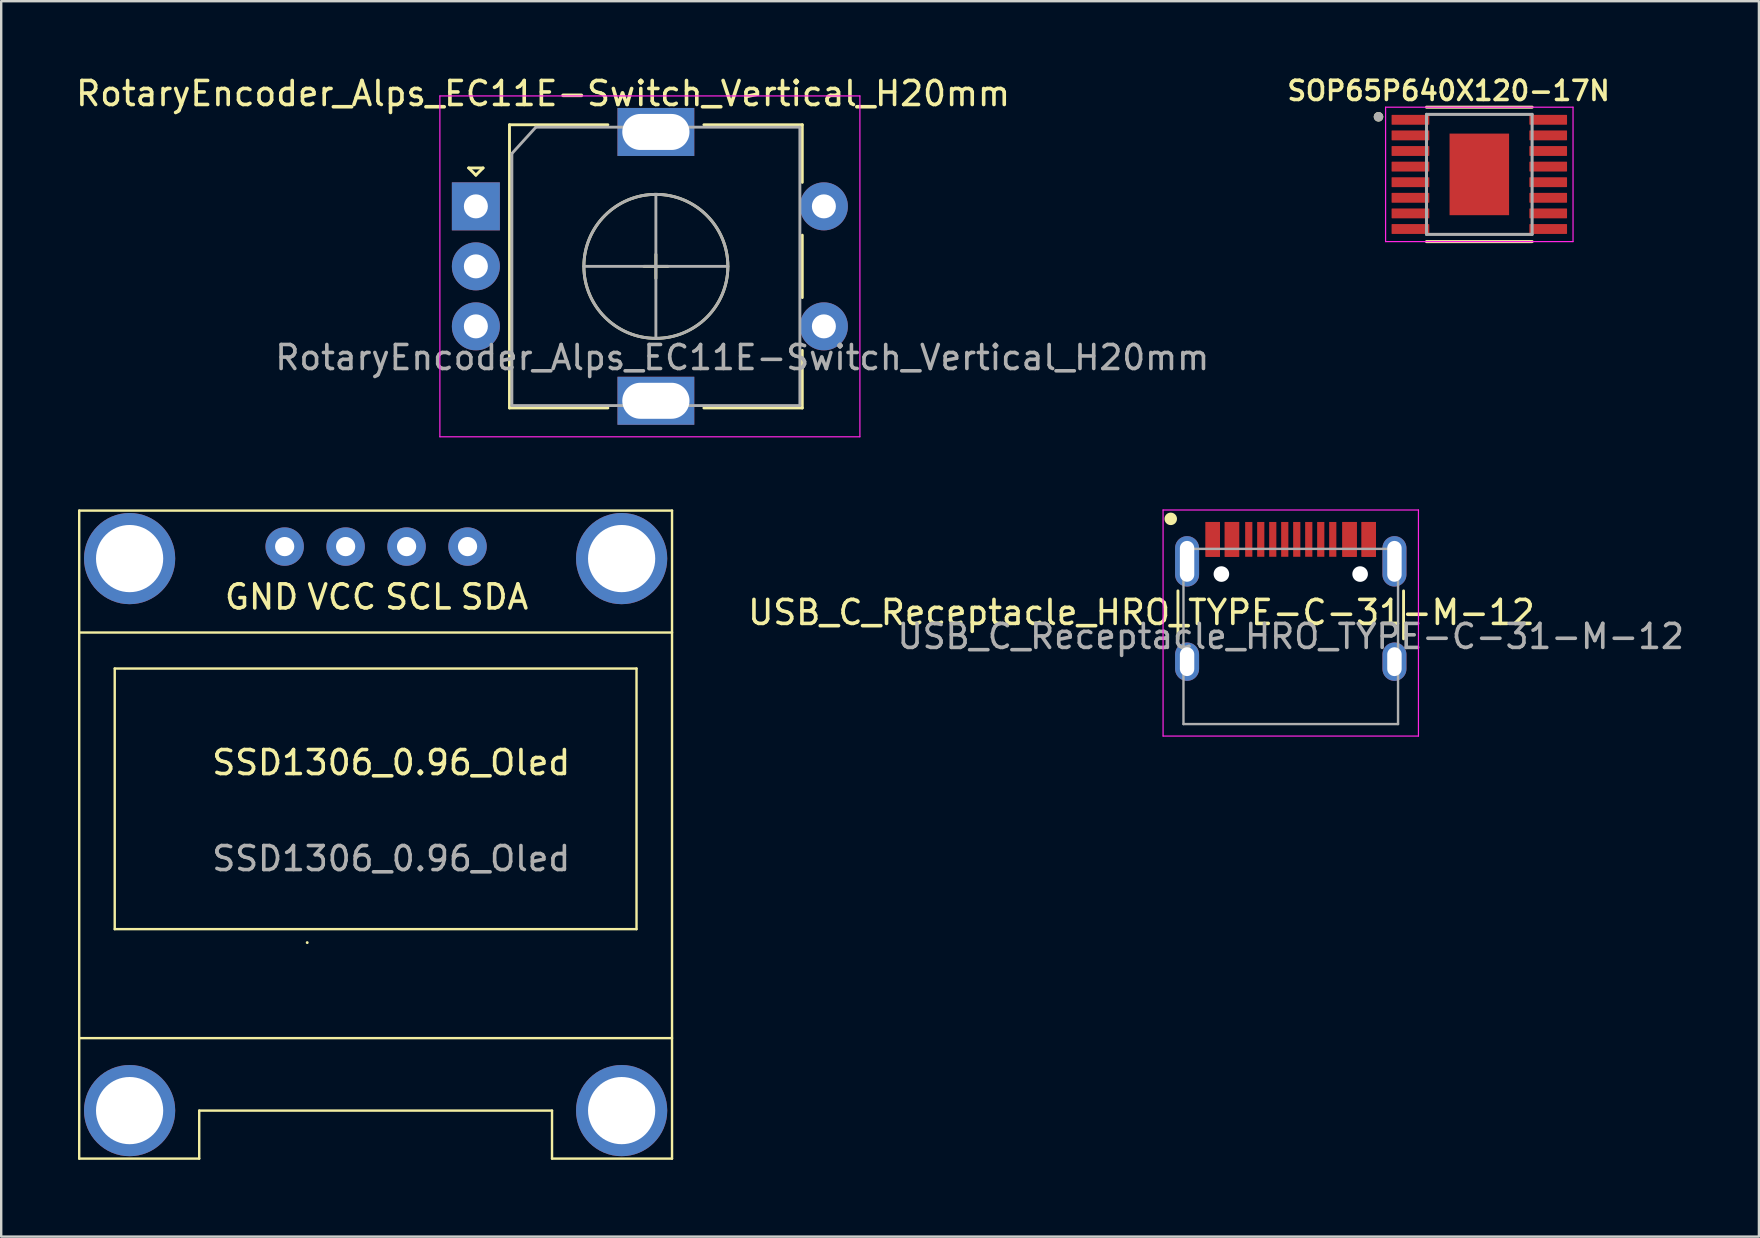
<source format=kicad_pcb>
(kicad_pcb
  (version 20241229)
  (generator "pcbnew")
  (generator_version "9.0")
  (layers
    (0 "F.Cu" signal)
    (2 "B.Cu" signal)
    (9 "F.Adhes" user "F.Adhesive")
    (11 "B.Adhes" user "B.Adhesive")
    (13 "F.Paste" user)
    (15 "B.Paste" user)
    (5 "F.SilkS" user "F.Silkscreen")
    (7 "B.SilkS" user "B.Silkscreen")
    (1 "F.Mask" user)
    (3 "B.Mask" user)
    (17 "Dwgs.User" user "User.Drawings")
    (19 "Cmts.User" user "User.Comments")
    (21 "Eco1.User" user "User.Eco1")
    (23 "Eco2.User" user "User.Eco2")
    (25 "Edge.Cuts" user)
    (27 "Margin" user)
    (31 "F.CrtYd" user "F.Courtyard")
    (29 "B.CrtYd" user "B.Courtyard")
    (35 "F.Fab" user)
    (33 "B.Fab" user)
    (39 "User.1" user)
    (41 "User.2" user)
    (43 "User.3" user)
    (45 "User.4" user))
  (footprint "SOP65P640X120-17N"
    (layer "F.Cu")
    (at 58.585 4.216)
    (property "Reference" "SOP65P640X120-17N" (at -1.28 -3.485 0) (layer "F.SilkS") (effects (font (size 0.8 0.8) (thickness 0.15))))
    (attr smd)
    (fp_line (start -2.2 -2.8) (end 2.2 -2.8) (stroke (width 0.127) (type solid)) (layer "F.SilkS"))
    (fp_line (start -2.2 2.8) (end 2.2 2.8) (stroke (width 0.127) (type solid)) (layer "F.SilkS"))
    (fp_circle (center -4.2 -2.4) (end -4.1 -2.4) (stroke (width 0.2) (type solid)) (fill no) (layer "F.SilkS"))
    (fp_poly (pts (xy -0.8 -1.075) (xy 0.8 -1.075) (xy 0.8 1.075) (xy -0.8 1.075)) (stroke (width 0.01) (type solid)) (fill yes) (layer "F.Paste"))
    (fp_line (start -3.905 -2.8) (end -3.905 2.8) (stroke (width 0.05) (type solid)) (layer "F.CrtYd"))
    (fp_line (start -3.905 -2.8) (end 3.905 -2.8) (stroke (width 0.05) (type solid)) (layer "F.CrtYd"))
    (fp_line (start -3.905 2.8) (end 3.905 2.8) (stroke (width 0.05) (type solid)) (layer "F.CrtYd"))
    (fp_line (start 3.905 -2.8) (end 3.905 2.8) (stroke (width 0.05) (type solid)) (layer "F.CrtYd"))
    (fp_line (start -2.2 -2.5) (end -2.2 2.5) (stroke (width 0.127) (type solid)) (layer "F.Fab"))
    (fp_line (start -2.2 -2.5) (end 2.2 -2.5) (stroke (width 0.127) (type solid)) (layer "F.Fab"))
    (fp_line (start -2.2 2.5) (end 2.2 2.5) (stroke (width 0.127) (type solid)) (layer "F.Fab"))
    (fp_line (start 2.2 -2.5) (end 2.2 2.5) (stroke (width 0.127) (type solid)) (layer "F.Fab"))
    (fp_circle (center -4.2 -2.4) (end -4.1 -2.4) (stroke (width 0.2) (type solid)) (fill no) (layer "F.Fab"))
    (pad "1" smd roundrect (at -2.87 -2.275) (size 1.57 0.41) (layers "F.Cu" "F.Mask" "F.Paste") (roundrect_rratio 0.05))
    (pad "2" smd roundrect (at -2.87 -1.625) (size 1.57 0.41) (layers "F.Cu" "F.Mask" "F.Paste") (roundrect_rratio 0.05))
    (pad "3" smd roundrect (at -2.87 -0.975) (size 1.57 0.41) (layers "F.Cu" "F.Mask" "F.Paste") (roundrect_rratio 0.05))
    (pad "4" smd roundrect (at -2.87 -0.325) (size 1.57 0.41) (layers "F.Cu" "F.Mask" "F.Paste") (roundrect_rratio 0.05))
    (pad "5" smd roundrect (at -2.87 0.325) (size 1.57 0.41) (layers "F.Cu" "F.Mask" "F.Paste") (roundrect_rratio 0.05))
    (pad "6" smd roundrect (at -2.87 0.975) (size 1.57 0.41) (layers "F.Cu" "F.Mask" "F.Paste") (roundrect_rratio 0.05))
    (pad "7" smd roundrect (at -2.87 1.625) (size 1.57 0.41) (layers "F.Cu" "F.Mask" "F.Paste") (roundrect_rratio 0.05))
    (pad "8" smd roundrect (at -2.87 2.275) (size 1.57 0.41) (layers "F.Cu" "F.Mask" "F.Paste") (roundrect_rratio 0.05))
    (pad "9" smd roundrect (at 2.87 2.275) (size 1.57 0.41) (layers "F.Cu" "F.Mask" "F.Paste") (roundrect_rratio 0.05))
    (pad "10" smd roundrect (at 2.87 1.625) (size 1.57 0.41) (layers "F.Cu" "F.Mask" "F.Paste") (roundrect_rratio 0.05))
    (pad "11" smd roundrect (at 2.87 0.975) (size 1.57 0.41) (layers "F.Cu" "F.Mask" "F.Paste") (roundrect_rratio 0.05))
    (pad "12" smd roundrect (at 2.87 0.325) (size 1.57 0.41) (layers "F.Cu" "F.Mask" "F.Paste") (roundrect_rratio 0.05))
    (pad "13" smd roundrect (at 2.87 -0.325) (size 1.57 0.41) (layers "F.Cu" "F.Mask" "F.Paste") (roundrect_rratio 0.05))
    (pad "14" smd roundrect (at 2.87 -0.975) (size 1.57 0.41) (layers "F.Cu" "F.Mask" "F.Paste") (roundrect_rratio 0.05))
    (pad "15" smd roundrect (at 2.87 -1.625) (size 1.57 0.41) (layers "F.Cu" "F.Mask" "F.Paste") (roundrect_rratio 0.05))
    (pad "16" smd roundrect (at 2.87 -2.275) (size 1.57 0.41) (layers "F.Cu" "F.Mask" "F.Paste") (roundrect_rratio 0.05))
    (pad "17" smd rect (at 0 0) (size 2.48 3.4) (layers "F.Cu" "F.Mask")))
  (footprint "SSD1306_0.96_Oled"
    (layer "F.Cu")
    (at 0.25 45.223)
    (property "Reference" "SSD1306_0.96_Oled" (at 13 -16.5 0) (unlocked yes) (layer "F.SilkS") (effects (font (size 1 1) (thickness 0.15))))
    (attr through_hole)
    (fp_line (start 0 -27) (end 0 0) (stroke (width 0.1) (type solid)) (layer "F.SilkS"))
    (fp_line (start 0 -21.92) (end 24.7 -21.92) (stroke (width 0.1) (type solid)) (layer "F.SilkS"))
    (fp_line (start 0 -5.02) (end 24.7 -5.02) (stroke (width 0.1) (type solid)) (layer "F.SilkS"))
    (fp_line (start 0 0) (end 5 0) (stroke (width 0.1) (type solid)) (layer "F.SilkS"))
    (fp_line (start 1.48 -20.42) (end 23.22 -20.42) (stroke (width 0.1) (type solid)) (layer "F.SilkS"))
    (fp_line (start 1.48 -9.56) (end 1.48 -20.42) (stroke (width 0.1) (type solid)) (layer "F.SilkS"))
    (fp_line (start 5 -2) (end 19.7 -2) (stroke (width 0.1) (type solid)) (layer "F.SilkS"))
    (fp_line (start 5 0) (end 5 -2) (stroke (width 0.1) (type solid)) (layer "F.SilkS"))
    (fp_line (start 9.5 -9) (end 9.5 -9) (stroke (width 0.12) (type solid)) (layer "F.SilkS"))
    (fp_line (start 19.7 -2) (end 19.7 0) (stroke (width 0.1) (type solid)) (layer "F.SilkS"))
    (fp_line (start 19.7 0) (end 24.7 0) (stroke (width 0.1) (type solid)) (layer "F.SilkS"))
    (fp_line (start 23.22 -20.42) (end 23.22 -9.56) (stroke (width 0.1) (type solid)) (layer "F.SilkS"))
    (fp_line (start 23.22 -9.56) (end 1.48 -9.56) (stroke (width 0.1) (type solid)) (layer "F.SilkS"))
    (fp_line (start 24.7 -27) (end 0 -27) (stroke (width 0.1) (type solid)) (layer "F.SilkS"))
    (fp_line (start 24.7 0) (end 24.7 -27) (stroke (width 0.1) (type solid)) (layer "F.SilkS"))
    (fp_text user "SCL" (at 14.13 -23.4 0) (unlocked yes) (layer "F.SilkS") (effects (font (size 1 1) (thickness 0.15))))
    (fp_text user "VCC" (at 10.937 -23.4 0) (unlocked yes) (layer "F.SilkS") (effects (font (size 1 1) (thickness 0.15))))
    (fp_text user "SDA" (at 17.3 -23.4 0) (unlocked yes) (layer "F.SilkS") (effects (font (size 1 1) (thickness 0.15))))
    (fp_text user "GND" (at 7.6 -23.4 0) (unlocked yes) (layer "F.SilkS") (effects (font (size 1 1) (thickness 0.15))))
    (fp_text user "${REFERENCE}" (at 13 -12.5 0) (unlocked yes) (layer "F.Fab") (effects (font (size 1 1) (thickness 0.15))))
    (pad "" np_thru_hole circle (at 2.1 -25) (size 3.8 3.8) (drill 2.8) (layers "*.Cu" "*.Mask"))
    (pad "" np_thru_hole circle (at 2.1 -2) (size 3.8 3.8) (drill 2.8) (layers "*.Cu" "*.Mask"))
    (pad "" np_thru_hole circle (at 22.6 -25) (size 3.8 3.8) (drill 2.8) (layers "*.Cu" "*.Mask"))
    (pad "" np_thru_hole circle (at 22.6 -2) (size 3.8 3.8) (drill 2.8) (layers "*.Cu" "*.Mask"))
    (pad "1" thru_hole circle (at 8.56 -25.5) (size 1.6 1.6) (drill 0.8) (layers "*.Cu" "*.Mask"))
    (pad "2" thru_hole circle (at 11.1 -25.5) (size 1.6 1.6) (drill 0.8) (layers "*.Cu" "*.Mask"))
    (pad "3" thru_hole circle (at 13.64 -25.5) (size 1.6 1.6) (drill 0.8) (layers "*.Cu" "*.Mask"))
    (pad "4" thru_hole circle (at 16.18 -25.5) (size 1.6 1.6) (drill 0.8) (layers "*.Cu" "*.Mask")))
  (footprint "USB_C_Receptacle_HRO_TYPE-C-31-M-12"
    (layer "F.Cu")
    (at 50.729 22.168)
    (property "Reference" "USB_C_Receptacle_HRO_TYPE-C-31-M-12" (at -6.223 0.3 180) (layer "F.SilkS") (effects (font (size 1 1) (thickness 0.15))))
    (attr smd)
    (fp_line (start -4.7 -0.6) (end -4.7 1.4) (stroke (width 0.12) (type solid)) (layer "F.SilkS"))
    (fp_line (start 4.7 -0.6) (end 4.7 1.4) (stroke (width 0.12) (type solid)) (layer "F.SilkS"))
    (fp_circle (center -5 -3.6) (end -4.8 -3.6) (stroke (width 0.12) (type solid)) (fill yes) (layer "F.SilkS"))
    (fp_line (start -5.32 -3.97) (end -5.32 5.45) (stroke (width 0.05) (type solid)) (layer "F.CrtYd"))
    (fp_line (start -5.32 -3.97) (end 5.32 -3.97) (stroke (width 0.05) (type solid)) (layer "F.CrtYd"))
    (fp_line (start -5.32 5.45) (end 5.32 5.45) (stroke (width 0.05) (type solid)) (layer "F.CrtYd"))
    (fp_line (start 5.32 -3.97) (end 5.32 5.45) (stroke (width 0.05) (type solid)) (layer "F.CrtYd"))
    (fp_line (start -4.47 -2.35) (end -4.47 4.95) (stroke (width 0.1) (type solid)) (layer "F.Fab"))
    (fp_line (start -4.47 -2.35) (end 4.47 -2.35) (stroke (width 0.1) (type solid)) (layer "F.Fab"))
    (fp_line (start -4.47 4.95) (end 4.47 4.95) (stroke (width 0.1) (type solid)) (layer "F.Fab"))
    (fp_line (start 4.47 -2.35) (end 4.47 4.95) (stroke (width 0.1) (type solid)) (layer "F.Fab"))
    (fp_text user "${REFERENCE}" (at 0 1.3 180) (layer "F.Fab") (effects (font (size 1 1) (thickness 0.15))))
    (pad "" thru_hole oval (at -4.32 -1.83) (size 1 2.1) (drill oval 0.6 1.7) (layers "*.Cu" "*.Mask"))
    (pad "" thru_hole oval (at -4.32 2.35) (size 1 1.6) (drill oval 0.6 1.2) (layers "*.Cu" "*.Mask"))
    (pad "" np_thru_hole circle (at -2.89 -1.3) (size 0.65 0.65) (drill 0.65) (layers "*.Cu" "*.Mask"))
    (pad "" np_thru_hole circle (at 2.89 -1.3) (size 0.65 0.65) (drill 0.65) (layers "*.Cu" "*.Mask"))
    (pad "" thru_hole oval (at 4.32 -1.83) (size 1 2.1) (drill oval 0.6 1.7) (layers "*.Cu" "*.Mask"))
    (pad "" thru_hole oval (at 4.32 2.35) (size 1 1.6) (drill oval 0.6 1.2) (layers "*.Cu" "*.Mask"))
    (pad "A1" smd rect (at -3.25 -2.745) (size 0.6 1.45) (layers "F.Cu" "F.Mask" "F.Paste"))
    (pad "A4" smd rect (at -2.45 -2.745) (size 0.6 1.45) (layers "F.Cu" "F.Mask" "F.Paste"))
    (pad "A5" smd rect (at -1.25 -2.745) (size 0.3 1.45) (layers "F.Cu" "F.Mask" "F.Paste"))
    (pad "A6" smd rect (at -0.25 -2.745) (size 0.3 1.45) (layers "F.Cu" "F.Mask" "F.Paste"))
    (pad "A7" smd rect (at 0.25 -2.745) (size 0.3 1.45) (layers "F.Cu" "F.Mask" "F.Paste"))
    (pad "A8" smd rect (at 1.25 -2.745) (size 0.3 1.45) (layers "F.Cu" "F.Mask" "F.Paste"))
    (pad "A9" smd rect (at 2.45 -2.745) (size 0.6 1.45) (layers "F.Cu" "F.Mask" "F.Paste"))
    (pad "A12" smd rect (at 3.25 -2.745) (size 0.6 1.45) (layers "F.Cu" "F.Mask" "F.Paste"))
    (pad "B1" smd rect (at 3.25 -2.745) (size 0.6 1.45) (layers "F.Cu" "F.Mask" "F.Paste"))
    (pad "B4" smd rect (at 2.45 -2.745) (size 0.6 1.45) (layers "F.Cu" "F.Mask" "F.Paste"))
    (pad "B5" smd rect (at 1.75 -2.745) (size 0.3 1.45) (layers "F.Cu" "F.Mask" "F.Paste"))
    (pad "B6" smd rect (at 0.75 -2.745) (size 0.3 1.45) (layers "F.Cu" "F.Mask" "F.Paste"))
    (pad "B7" smd rect (at -0.75 -2.745) (size 0.3 1.45) (layers "F.Cu" "F.Mask" "F.Paste"))
    (pad "B8" smd rect (at -1.75 -2.745) (size 0.3 1.45) (layers "F.Cu" "F.Mask" "F.Paste"))
    (pad "B9" smd rect (at -2.45 -2.745) (size 0.6 1.45) (layers "F.Cu" "F.Mask" "F.Paste"))
    (pad "B12" smd rect (at -3.25 -2.745) (size 0.6 1.45) (layers "F.Cu" "F.Mask" "F.Paste")))
  (footprint "RotaryEncoder_Alps_EC11E-Switch_Vertical_H20mm"
    (layer "F.Cu")
    (at 16.777 5.548)
    (property "Reference" "RotaryEncoder_Alps_EC11E-Switch_Vertical_H20mm" (at 2.8 -4.7 0) (layer "F.SilkS") (effects (font (size 1 1) (thickness 0.15))))
    (attr through_hole exclude_from_pos_files)
    (fp_line (start -0.3 -1.6) (end 0.3 -1.6) (stroke (width 0.12) (type solid)) (layer "F.SilkS"))
    (fp_line (start 0 -1.3) (end -0.3 -1.6) (stroke (width 0.12) (type solid)) (layer "F.SilkS"))
    (fp_line (start 0.3 -1.6) (end 0 -1.3) (stroke (width 0.12) (type solid)) (layer "F.SilkS"))
    (fp_line (start 1.4 -3.4) (end 1.4 8.4) (stroke (width 0.12) (type solid)) (layer "F.SilkS"))
    (fp_line (start 5.5 -3.4) (end 1.4 -3.4) (stroke (width 0.12) (type solid)) (layer "F.SilkS"))
    (fp_line (start 5.5 8.4) (end 1.4 8.4) (stroke (width 0.12) (type solid)) (layer "F.SilkS"))
    (fp_line (start 7 2.5) (end 8 2.5) (stroke (width 0.12) (type solid)) (layer "F.SilkS"))
    (fp_line (start 7.5 2) (end 7.5 3) (stroke (width 0.12) (type solid)) (layer "F.SilkS"))
    (fp_line (start 9.5 -3.4) (end 13.6 -3.4) (stroke (width 0.12) (type solid)) (layer "F.SilkS"))
    (fp_line (start 13.6 -3.4) (end 13.6 -1) (stroke (width 0.12) (type solid)) (layer "F.SilkS"))
    (fp_line (start 13.6 1.2) (end 13.6 3.8) (stroke (width 0.12) (type solid)) (layer "F.SilkS"))
    (fp_line (start 13.6 6) (end 13.6 8.4) (stroke (width 0.12) (type solid)) (layer "F.SilkS"))
    (fp_line (start 13.6 8.4) (end 9.5 8.4) (stroke (width 0.12) (type solid)) (layer "F.SilkS"))
    (fp_circle (center 7.5 2.5) (end 10.5 2.5) (stroke (width 0.12) (type solid)) (fill no) (layer "F.SilkS"))
    (fp_line (start -1.5 -4.6) (end -1.5 9.6) (stroke (width 0.05) (type solid)) (layer "F.CrtYd"))
    (fp_line (start -1.5 -4.6) (end 16 -4.6) (stroke (width 0.05) (type solid)) (layer "F.CrtYd"))
    (fp_line (start 16 9.6) (end -1.5 9.6) (stroke (width 0.05) (type solid)) (layer "F.CrtYd"))
    (fp_line (start 16 9.6) (end 16 -4.6) (stroke (width 0.05) (type solid)) (layer "F.CrtYd"))
    (fp_line (start 1.5 -2.2) (end 2.5 -3.3) (stroke (width 0.12) (type solid)) (layer "F.Fab"))
    (fp_line (start 1.5 8.3) (end 1.5 -2.2) (stroke (width 0.12) (type solid)) (layer "F.Fab"))
    (fp_line (start 2.5 -3.3) (end 13.5 -3.3) (stroke (width 0.12) (type solid)) (layer "F.Fab"))
    (fp_line (start 4.5 2.5) (end 10.5 2.5) (stroke (width 0.12) (type solid)) (layer "F.Fab"))
    (fp_line (start 7.5 -0.5) (end 7.5 5.5) (stroke (width 0.12) (type solid)) (layer "F.Fab"))
    (fp_line (start 13.5 -3.3) (end 13.5 8.3) (stroke (width 0.12) (type solid)) (layer "F.Fab"))
    (fp_line (start 13.5 8.3) (end 1.5 8.3) (stroke (width 0.12) (type solid)) (layer "F.Fab"))
    (fp_circle (center 7.5 2.5) (end 10.5 2.5) (stroke (width 0.12) (type solid)) (fill no) (layer "F.Fab"))
    (fp_text user "${REFERENCE}" (at 11.1 6.3 0) (layer "F.Fab") (effects (font (size 1 1) (thickness 0.15))))
    (pad "A" thru_hole rect (at 0 0) (size 2 2) (drill 1) (layers "*.Cu" "*.Mask"))
    (pad "B" thru_hole circle (at 0 5) (size 2 2) (drill 1) (layers "*.Cu" "*.Mask"))
    (pad "C" thru_hole circle (at 0 2.5) (size 2 2) (drill 1) (layers "*.Cu" "*.Mask"))
    (pad "MP" thru_hole rect (at 7.5 -3.1) (size 3.2 2) (drill oval 2.8 1.5) (layers "*.Cu" "*.Mask"))
    (pad "MP" thru_hole rect (at 7.5 8.1) (size 3.2 2) (drill oval 2.8 1.5) (layers "*.Cu" "*.Mask"))
    (pad "S1" thru_hole circle (at 14.5 5) (size 2 2) (drill 1) (layers "*.Cu" "*.Mask"))
    (pad "S2" thru_hole circle (at 14.5 0) (size 2 2) (drill 1) (layers "*.Cu" "*.Mask")))
  (gr_rect
    (start -3 -3)
    (end 70.235 48.473)
    (stroke (width 0.1) (type default))
    (fill no)
    (layer "Edge.Cuts")))
</source>
